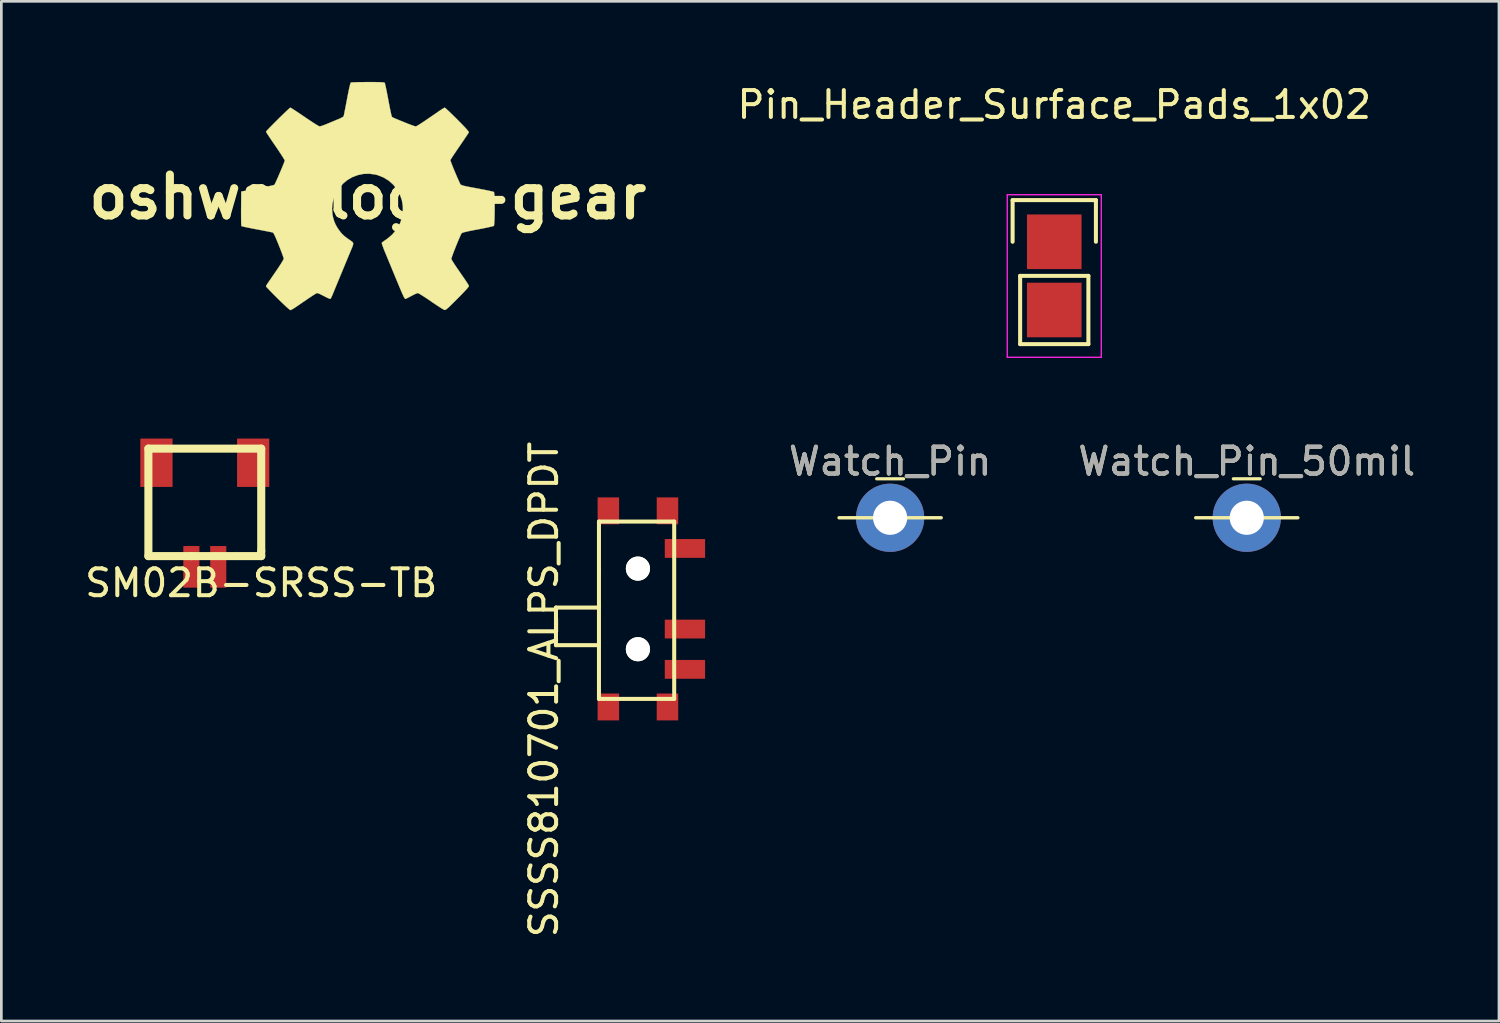
<source format=kicad_pcb>
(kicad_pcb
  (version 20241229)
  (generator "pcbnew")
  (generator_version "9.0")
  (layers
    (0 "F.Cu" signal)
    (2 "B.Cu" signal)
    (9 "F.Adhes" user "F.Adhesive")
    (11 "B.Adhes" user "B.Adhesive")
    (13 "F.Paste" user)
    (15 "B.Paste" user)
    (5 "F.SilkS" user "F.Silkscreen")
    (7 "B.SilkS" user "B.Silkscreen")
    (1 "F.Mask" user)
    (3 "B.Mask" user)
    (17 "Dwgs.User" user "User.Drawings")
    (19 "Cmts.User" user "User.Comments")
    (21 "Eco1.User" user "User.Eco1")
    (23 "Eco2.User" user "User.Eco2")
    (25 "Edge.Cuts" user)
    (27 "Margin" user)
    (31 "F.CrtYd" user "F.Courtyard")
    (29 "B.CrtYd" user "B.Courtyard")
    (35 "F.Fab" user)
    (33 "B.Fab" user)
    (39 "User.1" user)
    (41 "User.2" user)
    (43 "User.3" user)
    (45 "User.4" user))
  (footprint "oshwa-logo-gear"
    (layer "F.Cu")
    (at 10.639 4.28)
    (property "Reference" "oshwa-logo-gear" (at 0 0 0) (layer "F.SilkS") (effects (font (size 1.524 1.524) (thickness 0.3))))
    (attr through_hole)
    (fp_poly (pts (xy 0.191 -4.275) (xy 0.34 -4.274) (xy 0.454 -4.271) (xy 0.536 -4.267) (xy 0.591 -4.262) (xy 0.621 -4.254) (xy 0.629 -4.249) (xy 0.638 -4.222) (xy 0.653 -4.159) (xy 0.674 -4.065) (xy 0.698 -3.946) (xy 0.726 -3.808) (xy 0.755 -3.655) (xy 0.761 -3.619) (xy 0.791 -3.464) (xy 0.819 -3.322) (xy 0.844 -3.198) (xy 0.866 -3.098) (xy 0.883 -3.027) (xy 0.894 -2.991) (xy 0.895 -2.989) (xy 0.904 -2.978) (xy 0.918 -2.968) (xy 0.939 -2.955) (xy 0.975 -2.938) (xy 1.029 -2.915) (xy 1.105 -2.883) (xy 1.21 -2.84) (xy 1.348 -2.784) (xy 1.405 -2.761) (xy 1.518 -2.716) (xy 1.621 -2.677) (xy 1.704 -2.647) (xy 1.761 -2.629) (xy 1.782 -2.625) (xy 1.802 -2.631) (xy 1.839 -2.649) (xy 1.895 -2.682) (xy 1.973 -2.732) (xy 2.074 -2.798) (xy 2.201 -2.884) (xy 2.357 -2.991) (xy 2.544 -3.119) (xy 2.647 -3.191) (xy 2.727 -3.245) (xy 2.796 -3.288) (xy 2.844 -3.316) (xy 2.864 -3.323) (xy 2.885 -3.309) (xy 2.932 -3.268) (xy 3 -3.204) (xy 3.087 -3.122) (xy 3.187 -3.024) (xy 3.298 -2.915) (xy 3.332 -2.881) (xy 3.476 -2.735) (xy 3.59 -2.617) (xy 3.674 -2.526) (xy 3.73 -2.46) (xy 3.758 -2.42) (xy 3.761 -2.406) (xy 3.747 -2.381) (xy 3.711 -2.325) (xy 3.657 -2.245) (xy 3.59 -2.144) (xy 3.511 -2.028) (xy 3.424 -1.901) (xy 3.417 -1.891) (xy 3.329 -1.763) (xy 3.25 -1.645) (xy 3.181 -1.543) (xy 3.127 -1.46) (xy 3.091 -1.402) (xy 3.075 -1.374) (xy 3.075 -1.373) (xy 3.08 -1.345) (xy 3.101 -1.284) (xy 3.134 -1.197) (xy 3.177 -1.089) (xy 3.227 -0.966) (xy 3.283 -0.835) (xy 3.341 -0.7) (xy 3.4 -0.569) (xy 3.43 -0.503) (xy 3.441 -0.482) (xy 3.454 -0.465) (xy 3.476 -0.449) (xy 3.509 -0.434) (xy 3.56 -0.419) (xy 3.631 -0.402) (xy 3.728 -0.381) (xy 3.854 -0.357) (xy 4.016 -0.327) (xy 4.128 -0.306) (xy 4.274 -0.278) (xy 4.408 -0.252) (xy 4.523 -0.228) (xy 4.613 -0.208) (xy 4.672 -0.193) (xy 4.694 -0.185) (xy 4.702 -0.158) (xy 4.71 -0.094) (xy 4.715 -0.002) (xy 4.719 0.113) (xy 4.722 0.245) (xy 4.723 0.385) (xy 4.722 0.528) (xy 4.72 0.668) (xy 4.717 0.797) (xy 4.712 0.909) (xy 4.706 0.998) (xy 4.698 1.057) (xy 4.691 1.078) (xy 4.663 1.088) (xy 4.599 1.104) (xy 4.504 1.126) (xy 4.386 1.151) (xy 4.248 1.179) (xy 4.098 1.207) (xy 4.093 1.208) (xy 3.913 1.242) (xy 3.772 1.27) (xy 3.664 1.294) (xy 3.586 1.313) (xy 3.533 1.33) (xy 3.501 1.345) (xy 3.491 1.354) (xy 3.472 1.386) (xy 3.442 1.45) (xy 3.403 1.539) (xy 3.357 1.647) (xy 3.309 1.764) (xy 3.26 1.886) (xy 3.214 2.004) (xy 3.173 2.111) (xy 3.141 2.201) (xy 3.119 2.266) (xy 3.111 2.299) (xy 3.115 2.317) (xy 3.128 2.346) (xy 3.152 2.389) (xy 3.189 2.448) (xy 3.24 2.527) (xy 3.309 2.63) (xy 3.398 2.758) (xy 3.507 2.917) (xy 3.584 3.027) (xy 3.646 3.118) (xy 3.699 3.2) (xy 3.739 3.264) (xy 3.761 3.303) (xy 3.763 3.309) (xy 3.757 3.33) (xy 3.731 3.368) (xy 3.682 3.426) (xy 3.609 3.506) (xy 3.51 3.61) (xy 3.383 3.74) (xy 3.342 3.781) (xy 3.214 3.909) (xy 3.112 4.01) (xy 3.033 4.086) (xy 2.972 4.14) (xy 2.928 4.177) (xy 2.895 4.198) (xy 2.872 4.206) (xy 2.857 4.206) (xy 2.826 4.192) (xy 2.765 4.157) (xy 2.681 4.105) (xy 2.577 4.037) (xy 2.461 3.959) (xy 2.356 3.888) (xy 2.232 3.803) (xy 2.118 3.728) (xy 2.019 3.664) (xy 1.939 3.616) (xy 1.885 3.586) (xy 1.862 3.577) (xy 1.825 3.587) (xy 1.762 3.614) (xy 1.683 3.653) (xy 1.627 3.682) (xy 1.543 3.727) (xy 1.471 3.764) (xy 1.42 3.787) (xy 1.402 3.794) (xy 1.392 3.792) (xy 1.38 3.783) (xy 1.366 3.763) (xy 1.346 3.729) (xy 1.321 3.677) (xy 1.288 3.606) (xy 1.247 3.511) (xy 1.195 3.389) (xy 1.132 3.238) (xy 1.055 3.054) (xy 0.965 2.835) (xy 0.952 2.805) (xy 0.889 2.652) (xy 0.821 2.487) (xy 0.753 2.324) (xy 0.691 2.173) (xy 0.643 2.058) (xy 0.599 1.949) (xy 0.563 1.852) (xy 0.536 1.775) (xy 0.522 1.725) (xy 0.521 1.709) (xy 0.543 1.685) (xy 0.592 1.648) (xy 0.651 1.609) (xy 0.721 1.559) (xy 0.806 1.491) (xy 0.891 1.415) (xy 0.923 1.384) (xy 1.075 1.206) (xy 1.19 1.007) (xy 1.267 0.792) (xy 1.305 0.562) (xy 1.306 0.36) (xy 1.271 0.132) (xy 1.198 -0.082) (xy 1.091 -0.278) (xy 0.952 -0.453) (xy 0.785 -0.602) (xy 0.594 -0.721) (xy 0.381 -0.807) (xy 0.282 -0.834) (xy 0.055 -0.865) (xy -0.165 -0.857) (xy -0.375 -0.813) (xy -0.572 -0.738) (xy -0.753 -0.633) (xy -0.916 -0.501) (xy -1.055 -0.347) (xy -1.17 -0.173) (xy -1.256 0.018) (xy -1.311 0.223) (xy -1.332 0.437) (xy -1.314 0.659) (xy -1.292 0.766) (xy -1.252 0.902) (xy -1.203 1.019) (xy -1.138 1.136) (xy -1.069 1.238) (xy -1.003 1.324) (xy -0.936 1.398) (xy -0.857 1.468) (xy -0.758 1.544) (xy -0.678 1.599) (xy -0.619 1.639) (xy -0.577 1.671) (xy -0.552 1.702) (xy -0.543 1.738) (xy -0.551 1.788) (xy -0.575 1.858) (xy -0.615 1.954) (xy -0.655 2.051) (xy -0.698 2.153) (xy -0.752 2.282) (xy -0.814 2.432) (xy -0.882 2.595) (xy -0.952 2.766) (xy -1.023 2.937) (xy -1.092 3.104) (xy -1.156 3.258) (xy -1.212 3.394) (xy -1.258 3.505) (xy -1.291 3.585) (xy -1.296 3.598) (xy -1.329 3.676) (xy -1.359 3.741) (xy -1.379 3.78) (xy -1.382 3.784) (xy -1.4 3.791) (xy -1.436 3.784) (xy -1.495 3.759) (xy -1.582 3.715) (xy -1.623 3.694) (xy -1.713 3.648) (xy -1.792 3.61) (xy -1.852 3.585) (xy -1.881 3.577) (xy -1.898 3.581) (xy -1.927 3.595) (xy -1.97 3.62) (xy -2.031 3.658) (xy -2.113 3.712) (xy -2.219 3.783) (xy -2.351 3.873) (xy -2.513 3.984) (xy -2.633 4.067) (xy -2.718 4.124) (xy -2.793 4.17) (xy -2.85 4.201) (xy -2.881 4.212) (xy -2.905 4.198) (xy -2.954 4.157) (xy -3.026 4.094) (xy -3.114 4.011) (xy -3.216 3.914) (xy -3.327 3.806) (xy -3.353 3.78) (xy -3.465 3.669) (xy -3.565 3.567) (xy -3.652 3.478) (xy -3.72 3.407) (xy -3.767 3.356) (xy -3.788 3.33) (xy -3.789 3.327) (xy -3.778 3.3) (xy -3.748 3.25) (xy -3.711 3.193) (xy -3.675 3.141) (xy -3.62 3.061) (xy -3.552 2.961) (xy -3.474 2.848) (xy -3.393 2.73) (xy -3.38 2.712) (xy -3.305 2.599) (xy -3.238 2.497) (xy -3.184 2.409) (xy -3.147 2.343) (xy -3.129 2.304) (xy -3.128 2.299) (xy -3.135 2.267) (xy -3.157 2.202) (xy -3.19 2.11) (xy -3.232 1.998) (xy -3.282 1.871) (xy -3.312 1.795) (xy -3.379 1.63) (xy -3.434 1.502) (xy -3.476 1.411) (xy -3.508 1.352) (xy -3.531 1.325) (xy -3.535 1.323) (xy -3.566 1.316) (xy -3.632 1.302) (xy -3.728 1.283) (xy -3.848 1.26) (xy -3.986 1.233) (xy -4.13 1.206) (xy -4.278 1.178) (xy -4.413 1.151) (xy -4.528 1.127) (xy -4.619 1.107) (xy -4.679 1.092) (xy -4.703 1.084) (xy -4.707 1.059) (xy -4.711 0.997) (xy -4.714 0.904) (xy -4.715 0.784) (xy -4.716 0.644) (xy -4.716 0.488) (xy -4.715 0.433) (xy -4.71 -0.201) (xy -4.106 -0.314) (xy -3.951 -0.344) (xy -3.809 -0.372) (xy -3.685 -0.398) (xy -3.586 -0.421) (xy -3.516 -0.438) (xy -3.48 -0.45) (xy -3.478 -0.452) (xy -3.461 -0.479) (xy -3.432 -0.538) (xy -3.393 -0.623) (xy -3.347 -0.725) (xy -3.298 -0.839) (xy -3.247 -0.957) (xy -3.199 -1.071) (xy -3.157 -1.175) (xy -3.122 -1.262) (xy -3.099 -1.325) (xy -3.09 -1.356) (xy -3.09 -1.357) (xy -3.102 -1.383) (xy -3.135 -1.439) (xy -3.186 -1.52) (xy -3.252 -1.622) (xy -3.33 -1.74) (xy -3.418 -1.869) (xy -3.44 -1.901) (xy -3.529 -2.031) (xy -3.609 -2.15) (xy -3.678 -2.253) (xy -3.733 -2.336) (xy -3.771 -2.395) (xy -3.788 -2.424) (xy -3.789 -2.427) (xy -3.774 -2.447) (xy -3.734 -2.493) (xy -3.672 -2.558) (xy -3.593 -2.639) (xy -3.502 -2.732) (xy -3.403 -2.83) (xy -3.302 -2.931) (xy -3.201 -3.029) (xy -3.107 -3.12) (xy -3.024 -3.2) (xy -2.956 -3.263) (xy -2.908 -3.306) (xy -2.884 -3.323) (xy -2.883 -3.323) (xy -2.859 -3.312) (xy -2.805 -3.279) (xy -2.725 -3.228) (xy -2.625 -3.162) (xy -2.508 -3.084) (xy -2.379 -2.997) (xy -2.346 -2.974) (xy -2.215 -2.885) (xy -2.093 -2.804) (xy -1.985 -2.734) (xy -1.896 -2.679) (xy -1.831 -2.642) (xy -1.795 -2.625) (xy -1.791 -2.625) (xy -1.754 -2.633) (xy -1.687 -2.654) (xy -1.602 -2.685) (xy -1.523 -2.717) (xy -1.407 -2.765) (xy -1.279 -2.818) (xy -1.159 -2.868) (xy -1.107 -2.889) (xy -1.023 -2.926) (xy -0.954 -2.962) (xy -0.91 -2.991) (xy -0.899 -3.003) (xy -0.892 -3.032) (xy -0.878 -3.097) (xy -0.859 -3.193) (xy -0.835 -3.313) (xy -0.808 -3.453) (xy -0.779 -3.606) (xy -0.773 -3.638) (xy -0.738 -3.823) (xy -0.706 -3.979) (xy -0.678 -4.103) (xy -0.656 -4.193) (xy -0.639 -4.245) (xy -0.632 -4.257) (xy -0.604 -4.262) (xy -0.539 -4.266) (xy -0.444 -4.269) (xy -0.323 -4.272) (xy -0.182 -4.274) (xy -0.027 -4.275) (xy 0.003 -4.275) (xy 0.191 -4.275)) (stroke (width 0.01) (type solid)) (fill yes) (layer "F.SilkS")))
  (footprint "Pin_Header_Surface_Pads_1x02"
    (layer "F.Cu")
    (at 36.189 5.948)
    (property "Reference" "Pin_Header_Surface_Pads_1x02" (at 0 -5.1 0) (layer "F.SilkS") (effects (font (size 1 1) (thickness 0.15))))
    (attr through_hole)
    (fp_line (start -1.55 -1.55) (end 1.55 -1.55) (stroke (width 0.15) (type solid)) (layer "F.SilkS"))
    (fp_line (start -1.55 0) (end -1.55 -1.55) (stroke (width 0.15) (type solid)) (layer "F.SilkS"))
    (fp_line (start -1.27 1.27) (end -1.27 3.81) (stroke (width 0.15) (type solid)) (layer "F.SilkS"))
    (fp_line (start -1.27 3.81) (end 1.27 3.81) (stroke (width 0.15) (type solid)) (layer "F.SilkS"))
    (fp_line (start 1.27 1.27) (end -1.27 1.27) (stroke (width 0.15) (type solid)) (layer "F.SilkS"))
    (fp_line (start 1.27 1.27) (end 1.27 3.81) (stroke (width 0.15) (type solid)) (layer "F.SilkS"))
    (fp_line (start 1.55 -1.55) (end 1.55 0) (stroke (width 0.15) (type solid)) (layer "F.SilkS"))
    (fp_line (start -1.75 -1.75) (end -1.75 4.3) (stroke (width 0.05) (type solid)) (layer "F.CrtYd"))
    (fp_line (start -1.75 -1.75) (end 1.75 -1.75) (stroke (width 0.05) (type solid)) (layer "F.CrtYd"))
    (fp_line (start -1.75 4.3) (end 1.75 4.3) (stroke (width 0.05) (type solid)) (layer "F.CrtYd"))
    (fp_line (start 1.75 -1.75) (end 1.75 4.3) (stroke (width 0.05) (type solid)) (layer "F.CrtYd"))
    (pad "1" smd rect (at 0 0) (size 2.032 2.032) (layers "F.Cu" "F.Mask" "F.Paste"))
    (pad "2" smd rect (at 0 2.54) (size 2.032 2.032) (layers "F.Cu" "F.Mask" "F.Paste")))
  (footprint "SM02B-SRSS-TB"
    (layer "F.Cu")
    (at 4.073 18.048)
    (property "Reference" "SM02B-SRSS-TB" (at 2.6 0.6 0) (layer "F.SilkS") (effects (font (size 1 1) (thickness 0.15))))
    (attr through_hole)
    (fp_line (start -1.6 -4.4) (end 2.6 -4.4) (stroke (width 0.3) (type solid)) (layer "F.SilkS"))
    (fp_line (start -1.6 -0.4) (end -1.6 -4.4) (stroke (width 0.3) (type solid)) (layer "F.SilkS"))
    (fp_line (start 0 -0.4) (end -1.6 -0.4) (stroke (width 0.3) (type solid)) (layer "F.SilkS"))
    (fp_line (start 0 -0.4) (end 2.6 -0.4) (stroke (width 0.3) (type solid)) (layer "F.SilkS"))
    (fp_line (start 2.6 -4.4) (end 2.6 -0.6) (stroke (width 0.3) (type solid)) (layer "F.SilkS"))
    (fp_line (start 2.6 -0.4) (end 2.6 -0.6) (stroke (width 0.3) (type solid)) (layer "F.SilkS"))
    (pad "1" smd rect (at 0 0) (size 0.6 1.55) (layers "F.Cu" "F.Mask" "F.Paste"))
    (pad "2" smd rect (at 1 0) (size 0.6 1.55) (layers "F.Cu" "F.Mask" "F.Paste"))
    (pad "3" smd rect (at -1.3 -3.875) (size 1.2 1.8) (layers "F.Cu" "F.Mask" "F.Paste"))
    (pad "4" smd rect (at 2.3 -3.875) (size 1.2 1.8) (layers "F.Cu" "F.Mask" "F.Paste")))
  (footprint "Watch_Pin"
    (layer "F.Cu")
    (at 30.08 15.621)
    (property "Reference" "Watch_Pin" (at 0 -1.5 0) (layer "F.SilkS") (effects (font (size 1 1) (thickness 0.15))))
    (attr smd)
    (fp_line (start -1.9 0.6) (end 0 0.6) (stroke (width 0.127) (type solid)) (layer "F.SilkS"))
    (fp_line (start 0 0.6) (end 1.9 0.6) (stroke (width 0.127) (type solid)) (layer "F.SilkS"))
    (fp_line (start 0.5 -0.85) (end -0.5 -0.85) (stroke (width 0.12) (type solid)) (layer "F.SilkS"))
    (fp_text user "${REFERENCE}" (at 0 -1.5 0) (layer "F.Fab") (effects (font (size 1 1) (thickness 0.15))))
    (pad "1" thru_hole circle (at 0 0.6) (size 2.54 2.54) (drill 1.27) (layers "*.Cu")))
  (footprint "SSSS810701_ALPS_DPDT"
    (layer "F.Cu")
    (at 20.693 19.613)
    (property "Reference" "SSSS810701_ALPS_DPDT" (at -3.5 3 90) (layer "F.SilkS") (effects (font (size 1 1) (thickness 0.15))))
    (attr through_hole)
    (fp_line (start -3.05 -0.05) (end -3.05 1.35) (stroke (width 0.15) (type solid)) (layer "F.SilkS"))
    (fp_line (start -3.05 1.35) (end -1.45 1.35) (stroke (width 0.15) (type solid)) (layer "F.SilkS"))
    (fp_line (start -1.45 -3.25) (end 1.35 -3.25) (stroke (width 0.15) (type solid)) (layer "F.SilkS"))
    (fp_line (start -1.45 -1.45) (end -1.45 -3.25) (stroke (width 0.15) (type solid)) (layer "F.SilkS"))
    (fp_line (start -1.45 -0.05) (end -3.05 -0.05) (stroke (width 0.15) (type solid)) (layer "F.SilkS"))
    (fp_line (start -1.45 3.35) (end -1.45 -1.45) (stroke (width 0.15) (type solid)) (layer "F.SilkS"))
    (fp_line (start 1.35 -3.25) (end 1.35 3.35) (stroke (width 0.15) (type solid)) (layer "F.SilkS"))
    (fp_line (start 1.35 3.35) (end -1.45 3.35) (stroke (width 0.15) (type solid)) (layer "F.SilkS"))
    (pad "" np_thru_hole circle (at 0 -1.5) (size 0.9 0.9) (drill 0.9) (layers "*.Cu" "*.Mask" "F.SilkS"))
    (pad "" np_thru_hole circle (at 0 1.5) (size 0.9 0.9) (drill 0.9) (layers "*.Cu" "*.Mask" "F.SilkS"))
    (pad "1" smd rect (at 1.75 -2.25) (size 1.5 0.7) (layers "F.Cu" "F.Mask" "F.Paste"))
    (pad "2" smd rect (at 1.75 0.75) (size 1.5 0.7) (layers "F.Cu" "F.Mask" "F.Paste"))
    (pad "3" smd rect (at 1.75 2.25) (size 1.5 0.7) (layers "F.Cu" "F.Mask" "F.Paste"))
    (pad "4" smd rect (at 1.1 3.65) (size 0.8 1) (layers "F.Cu" "F.Mask" "F.Paste"))
    (pad "5" smd rect (at -1.1 3.65) (size 0.8 1) (layers "F.Cu" "F.Mask" "F.Paste"))
    (pad "6" smd rect (at -1.1 -3.65) (size 0.8 1) (layers "F.Cu" "F.Mask" "F.Paste"))
    (pad "7" smd rect (at 1.1 -3.65) (size 0.8 1) (layers "F.Cu" "F.Mask" "F.Paste")))
  (footprint "Watch_Pin_50mil"
    (layer "F.Cu")
    (at 43.354 15.621)
    (property "Reference" "Watch_Pin_50mil" (at 0 -1.5 0) (layer "F.SilkS") (effects (font (size 1 1) (thickness 0.15))))
    (attr smd)
    (fp_line (start -1.9 0.6) (end 0 0.6) (stroke (width 0.127) (type solid)) (layer "F.SilkS"))
    (fp_line (start 0 0.6) (end 1.9 0.6) (stroke (width 0.127) (type solid)) (layer "F.SilkS"))
    (fp_line (start 0.5 -0.85) (end -0.5 -0.85) (stroke (width 0.12) (type solid)) (layer "F.SilkS"))
    (fp_text user "${REFERENCE}" (at 0 -1.5 0) (layer "F.Fab") (effects (font (size 1 1) (thickness 0.15))))
    (pad "1" thru_hole circle (at 0 0.6) (size 2.54 2.54) (drill 1.27) (layers "*.Cu")))
  (gr_rect
    (start -3 -3)
    (end 52.741 34.952)
    (stroke (width 0.1) (type default))
    (fill no)
    (layer "Edge.Cuts")))
</source>
